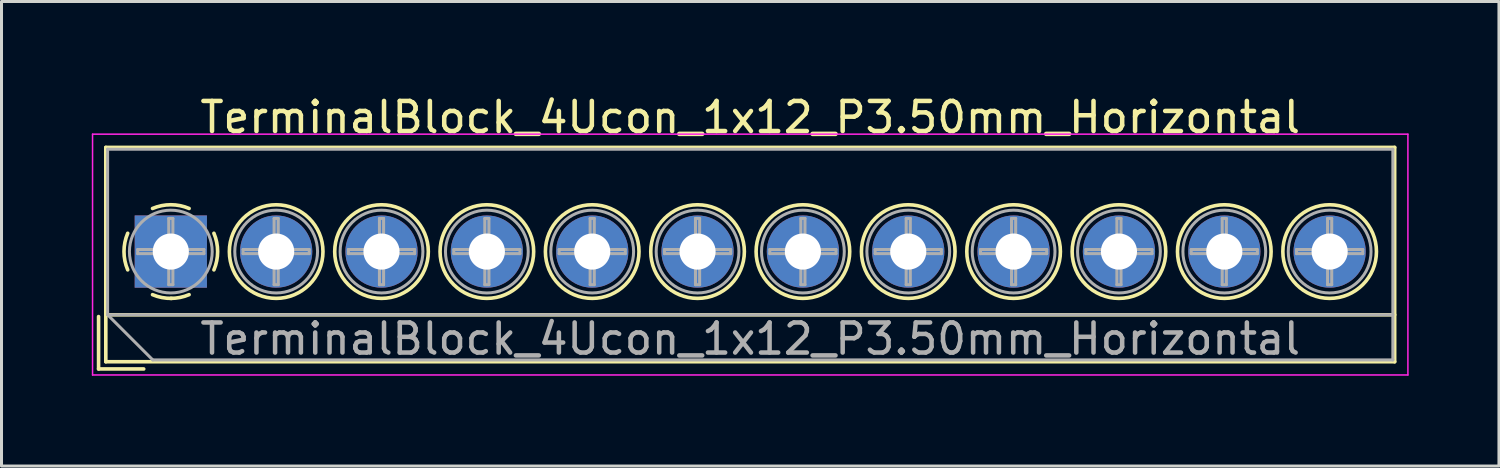
<source format=kicad_pcb>
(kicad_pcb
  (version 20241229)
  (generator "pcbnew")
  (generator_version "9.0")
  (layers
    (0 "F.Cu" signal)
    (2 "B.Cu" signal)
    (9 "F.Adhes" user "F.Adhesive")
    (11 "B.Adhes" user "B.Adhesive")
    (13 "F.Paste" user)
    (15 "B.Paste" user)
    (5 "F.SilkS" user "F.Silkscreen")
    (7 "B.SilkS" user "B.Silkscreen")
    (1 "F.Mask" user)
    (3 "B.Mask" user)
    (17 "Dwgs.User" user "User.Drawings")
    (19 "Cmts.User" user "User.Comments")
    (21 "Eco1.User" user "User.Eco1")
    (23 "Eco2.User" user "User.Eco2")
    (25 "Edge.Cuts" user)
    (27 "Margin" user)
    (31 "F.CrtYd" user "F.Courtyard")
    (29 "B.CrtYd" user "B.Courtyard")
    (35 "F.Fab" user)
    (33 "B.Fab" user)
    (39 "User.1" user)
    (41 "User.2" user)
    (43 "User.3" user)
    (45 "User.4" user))
  (footprint "TerminalBlock_4Ucon_1x12_P3.50mm_Horizontal"
    (layer "F.Cu")
    (at 2.625 5.308)
    (property "Reference" "TerminalBlock_4Ucon_1x12_P3.50mm_Horizontal" (at 19.25 -4.46 0) (layer "F.SilkS") (effects (font (size 1 1) (thickness 0.15))))
    (attr through_hole)
    (fp_line (start -2.4 2.16) (end -2.4 3.9) (stroke (width 0.12) (type solid)) (layer "F.SilkS"))
    (fp_line (start -2.4 3.9) (end -0.9 3.9) (stroke (width 0.12) (type solid)) (layer "F.SilkS"))
    (fp_line (start -2.16 -3.46) (end -2.16 3.66) (stroke (width 0.12) (type solid)) (layer "F.SilkS"))
    (fp_line (start -2.16 -3.46) (end 40.66 -3.46) (stroke (width 0.12) (type solid)) (layer "F.SilkS"))
    (fp_line (start -2.16 2.1) (end 40.66 2.1) (stroke (width 0.12) (type solid)) (layer "F.SilkS"))
    (fp_line (start -2.16 3.66) (end 40.66 3.66) (stroke (width 0.12) (type solid)) (layer "F.SilkS"))
    (fp_line (start 40.66 -3.46) (end 40.66 3.66) (stroke (width 0.12) (type solid)) (layer "F.SilkS"))
    (fp_arc (start -1.432109 0.607742) (mid -1.555727 -0.00014) (end -1.432 -0.608) (stroke (width 0.12) (type solid)) (layer "F.SilkS"))
    (fp_arc (start -0.607742 -1.432109) (mid 0.00014 -1.555727) (end 0.608 -1.432) (stroke (width 0.12) (type solid)) (layer "F.SilkS"))
    (fp_arc (start 0.027011 1.555493) (mid -0.296984 1.527118) (end -0.608 1.432) (stroke (width 0.12) (type solid)) (layer "F.SilkS"))
    (fp_arc (start 0.607587 1.431385) (mid 0.310017 1.523783) (end 0 1.555) (stroke (width 0.12) (type solid)) (layer "F.SilkS"))
    (fp_arc (start 1.432109 -0.607742) (mid 1.555727 0.00014) (end 1.432 0.608) (stroke (width 0.12) (type solid)) (layer "F.SilkS"))
    (fp_circle (center 3.5 0) (end 5.055 0) (stroke (width 0.12) (type solid)) (fill no) (layer "F.SilkS"))
    (fp_circle (center 7 0) (end 8.555 0) (stroke (width 0.12) (type solid)) (fill no) (layer "F.SilkS"))
    (fp_circle (center 10.5 0) (end 12.055 0) (stroke (width 0.12) (type solid)) (fill no) (layer "F.SilkS"))
    (fp_circle (center 14 0) (end 15.555 0) (stroke (width 0.12) (type solid)) (fill no) (layer "F.SilkS"))
    (fp_circle (center 17.5 0) (end 19.055 0) (stroke (width 0.12) (type solid)) (fill no) (layer "F.SilkS"))
    (fp_circle (center 21 0) (end 22.555 0) (stroke (width 0.12) (type solid)) (fill no) (layer "F.SilkS"))
    (fp_circle (center 24.5 0) (end 26.055 0) (stroke (width 0.12) (type solid)) (fill no) (layer "F.SilkS"))
    (fp_circle (center 28 0) (end 29.555 0) (stroke (width 0.12) (type solid)) (fill no) (layer "F.SilkS"))
    (fp_circle (center 31.5 0) (end 33.055 0) (stroke (width 0.12) (type solid)) (fill no) (layer "F.SilkS"))
    (fp_circle (center 35 0) (end 36.555 0) (stroke (width 0.12) (type solid)) (fill no) (layer "F.SilkS"))
    (fp_circle (center 38.5 0) (end 40.055 0) (stroke (width 0.12) (type solid)) (fill no) (layer "F.SilkS"))
    (fp_line (start -2.6 -3.9) (end -2.6 4.1) (stroke (width 0.05) (type solid)) (layer "F.CrtYd"))
    (fp_line (start -2.6 4.1) (end 41.1 4.1) (stroke (width 0.05) (type solid)) (layer "F.CrtYd"))
    (fp_line (start 41.1 -3.9) (end -2.6 -3.9) (stroke (width 0.05) (type solid)) (layer "F.CrtYd"))
    (fp_line (start 41.1 4.1) (end 41.1 -3.9) (stroke (width 0.05) (type solid)) (layer "F.CrtYd"))
    (fp_line (start -2.1 -3.4) (end 40.6 -3.4) (stroke (width 0.1) (type solid)) (layer "F.Fab"))
    (fp_line (start -2.1 2.1) (end -2.1 -3.4) (stroke (width 0.1) (type solid)) (layer "F.Fab"))
    (fp_line (start -2.1 2.1) (end 40.6 2.1) (stroke (width 0.1) (type solid)) (layer "F.Fab"))
    (fp_line (start -1.1 -0.069) (end -0.069 -0.069) (stroke (width 0.1) (type solid)) (layer "F.Fab"))
    (fp_line (start -1.1 0.069) (end -1.1 -0.069) (stroke (width 0.1) (type solid)) (layer "F.Fab"))
    (fp_line (start -0.6 3.6) (end -2.1 2.1) (stroke (width 0.1) (type solid)) (layer "F.Fab"))
    (fp_line (start -0.069 -1.1) (end 0.069 -1.1) (stroke (width 0.1) (type solid)) (layer "F.Fab"))
    (fp_line (start -0.069 -0.069) (end -0.069 -1.1) (stroke (width 0.1) (type solid)) (layer "F.Fab"))
    (fp_line (start -0.069 0.069) (end -1.1 0.069) (stroke (width 0.1) (type solid)) (layer "F.Fab"))
    (fp_line (start -0.069 1.1) (end -0.069 0.069) (stroke (width 0.1) (type solid)) (layer "F.Fab"))
    (fp_line (start 0.069 -1.1) (end 0.069 -0.069) (stroke (width 0.1) (type solid)) (layer "F.Fab"))
    (fp_line (start 0.069 -0.069) (end 1.1 -0.069) (stroke (width 0.1) (type solid)) (layer "F.Fab"))
    (fp_line (start 0.069 0.069) (end 0.069 1.1) (stroke (width 0.1) (type solid)) (layer "F.Fab"))
    (fp_line (start 0.069 1.1) (end -0.069 1.1) (stroke (width 0.1) (type solid)) (layer "F.Fab"))
    (fp_line (start 1.1 -0.069) (end 1.1 0.069) (stroke (width 0.1) (type solid)) (layer "F.Fab"))
    (fp_line (start 1.1 0.069) (end 0.069 0.069) (stroke (width 0.1) (type solid)) (layer "F.Fab"))
    (fp_line (start 2.4 -0.069) (end 3.431 -0.069) (stroke (width 0.1) (type solid)) (layer "F.Fab"))
    (fp_line (start 2.4 0.069) (end 2.4 -0.069) (stroke (width 0.1) (type solid)) (layer "F.Fab"))
    (fp_line (start 3.431 -1.1) (end 3.569 -1.1) (stroke (width 0.1) (type solid)) (layer "F.Fab"))
    (fp_line (start 3.431 -0.069) (end 3.431 -1.1) (stroke (width 0.1) (type solid)) (layer "F.Fab"))
    (fp_line (start 3.431 0.069) (end 2.4 0.069) (stroke (width 0.1) (type solid)) (layer "F.Fab"))
    (fp_line (start 3.431 1.1) (end 3.431 0.069) (stroke (width 0.1) (type solid)) (layer "F.Fab"))
    (fp_line (start 3.569 -1.1) (end 3.569 -0.069) (stroke (width 0.1) (type solid)) (layer "F.Fab"))
    (fp_line (start 3.569 -0.069) (end 4.6 -0.069) (stroke (width 0.1) (type solid)) (layer "F.Fab"))
    (fp_line (start 3.569 0.069) (end 3.569 1.1) (stroke (width 0.1) (type solid)) (layer "F.Fab"))
    (fp_line (start 3.569 1.1) (end 3.431 1.1) (stroke (width 0.1) (type solid)) (layer "F.Fab"))
    (fp_line (start 4.6 -0.069) (end 4.6 0.069) (stroke (width 0.1) (type solid)) (layer "F.Fab"))
    (fp_line (start 4.6 0.069) (end 3.569 0.069) (stroke (width 0.1) (type solid)) (layer "F.Fab"))
    (fp_line (start 5.9 -0.069) (end 6.931 -0.069) (stroke (width 0.1) (type solid)) (layer "F.Fab"))
    (fp_line (start 5.9 0.069) (end 5.9 -0.069) (stroke (width 0.1) (type solid)) (layer "F.Fab"))
    (fp_line (start 6.931 -1.1) (end 7.069 -1.1) (stroke (width 0.1) (type solid)) (layer "F.Fab"))
    (fp_line (start 6.931 -0.069) (end 6.931 -1.1) (stroke (width 0.1) (type solid)) (layer "F.Fab"))
    (fp_line (start 6.931 0.069) (end 5.9 0.069) (stroke (width 0.1) (type solid)) (layer "F.Fab"))
    (fp_line (start 6.931 1.1) (end 6.931 0.069) (stroke (width 0.1) (type solid)) (layer "F.Fab"))
    (fp_line (start 7.069 -1.1) (end 7.069 -0.069) (stroke (width 0.1) (type solid)) (layer "F.Fab"))
    (fp_line (start 7.069 -0.069) (end 8.1 -0.069) (stroke (width 0.1) (type solid)) (layer "F.Fab"))
    (fp_line (start 7.069 0.069) (end 7.069 1.1) (stroke (width 0.1) (type solid)) (layer "F.Fab"))
    (fp_line (start 7.069 1.1) (end 6.931 1.1) (stroke (width 0.1) (type solid)) (layer "F.Fab"))
    (fp_line (start 8.1 -0.069) (end 8.1 0.069) (stroke (width 0.1) (type solid)) (layer "F.Fab"))
    (fp_line (start 8.1 0.069) (end 7.069 0.069) (stroke (width 0.1) (type solid)) (layer "F.Fab"))
    (fp_line (start 9.4 -0.069) (end 10.431 -0.069) (stroke (width 0.1) (type solid)) (layer "F.Fab"))
    (fp_line (start 9.4 0.069) (end 9.4 -0.069) (stroke (width 0.1) (type solid)) (layer "F.Fab"))
    (fp_line (start 10.431 -1.1) (end 10.569 -1.1) (stroke (width 0.1) (type solid)) (layer "F.Fab"))
    (fp_line (start 10.431 -0.069) (end 10.431 -1.1) (stroke (width 0.1) (type solid)) (layer "F.Fab"))
    (fp_line (start 10.431 0.069) (end 9.4 0.069) (stroke (width 0.1) (type solid)) (layer "F.Fab"))
    (fp_line (start 10.431 1.1) (end 10.431 0.069) (stroke (width 0.1) (type solid)) (layer "F.Fab"))
    (fp_line (start 10.569 -1.1) (end 10.569 -0.069) (stroke (width 0.1) (type solid)) (layer "F.Fab"))
    (fp_line (start 10.569 -0.069) (end 11.6 -0.069) (stroke (width 0.1) (type solid)) (layer "F.Fab"))
    (fp_line (start 10.569 0.069) (end 10.569 1.1) (stroke (width 0.1) (type solid)) (layer "F.Fab"))
    (fp_line (start 10.569 1.1) (end 10.431 1.1) (stroke (width 0.1) (type solid)) (layer "F.Fab"))
    (fp_line (start 11.6 -0.069) (end 11.6 0.069) (stroke (width 0.1) (type solid)) (layer "F.Fab"))
    (fp_line (start 11.6 0.069) (end 10.569 0.069) (stroke (width 0.1) (type solid)) (layer "F.Fab"))
    (fp_line (start 12.9 -0.069) (end 13.931 -0.069) (stroke (width 0.1) (type solid)) (layer "F.Fab"))
    (fp_line (start 12.9 0.069) (end 12.9 -0.069) (stroke (width 0.1) (type solid)) (layer "F.Fab"))
    (fp_line (start 13.931 -1.1) (end 14.069 -1.1) (stroke (width 0.1) (type solid)) (layer "F.Fab"))
    (fp_line (start 13.931 -0.069) (end 13.931 -1.1) (stroke (width 0.1) (type solid)) (layer "F.Fab"))
    (fp_line (start 13.931 0.069) (end 12.9 0.069) (stroke (width 0.1) (type solid)) (layer "F.Fab"))
    (fp_line (start 13.931 1.1) (end 13.931 0.069) (stroke (width 0.1) (type solid)) (layer "F.Fab"))
    (fp_line (start 14.069 -1.1) (end 14.069 -0.069) (stroke (width 0.1) (type solid)) (layer "F.Fab"))
    (fp_line (start 14.069 -0.069) (end 15.1 -0.069) (stroke (width 0.1) (type solid)) (layer "F.Fab"))
    (fp_line (start 14.069 0.069) (end 14.069 1.1) (stroke (width 0.1) (type solid)) (layer "F.Fab"))
    (fp_line (start 14.069 1.1) (end 13.931 1.1) (stroke (width 0.1) (type solid)) (layer "F.Fab"))
    (fp_line (start 15.1 -0.069) (end 15.1 0.069) (stroke (width 0.1) (type solid)) (layer "F.Fab"))
    (fp_line (start 15.1 0.069) (end 14.069 0.069) (stroke (width 0.1) (type solid)) (layer "F.Fab"))
    (fp_line (start 16.4 -0.069) (end 17.431 -0.069) (stroke (width 0.1) (type solid)) (layer "F.Fab"))
    (fp_line (start 16.4 0.069) (end 16.4 -0.069) (stroke (width 0.1) (type solid)) (layer "F.Fab"))
    (fp_line (start 17.431 -1.1) (end 17.569 -1.1) (stroke (width 0.1) (type solid)) (layer "F.Fab"))
    (fp_line (start 17.431 -0.069) (end 17.431 -1.1) (stroke (width 0.1) (type solid)) (layer "F.Fab"))
    (fp_line (start 17.431 0.069) (end 16.4 0.069) (stroke (width 0.1) (type solid)) (layer "F.Fab"))
    (fp_line (start 17.431 1.1) (end 17.431 0.069) (stroke (width 0.1) (type solid)) (layer "F.Fab"))
    (fp_line (start 17.569 -1.1) (end 17.569 -0.069) (stroke (width 0.1) (type solid)) (layer "F.Fab"))
    (fp_line (start 17.569 -0.069) (end 18.6 -0.069) (stroke (width 0.1) (type solid)) (layer "F.Fab"))
    (fp_line (start 17.569 0.069) (end 17.569 1.1) (stroke (width 0.1) (type solid)) (layer "F.Fab"))
    (fp_line (start 17.569 1.1) (end 17.431 1.1) (stroke (width 0.1) (type solid)) (layer "F.Fab"))
    (fp_line (start 18.6 -0.069) (end 18.6 0.069) (stroke (width 0.1) (type solid)) (layer "F.Fab"))
    (fp_line (start 18.6 0.069) (end 17.569 0.069) (stroke (width 0.1) (type solid)) (layer "F.Fab"))
    (fp_line (start 19.9 -0.069) (end 20.931 -0.069) (stroke (width 0.1) (type solid)) (layer "F.Fab"))
    (fp_line (start 19.9 0.069) (end 19.9 -0.069) (stroke (width 0.1) (type solid)) (layer "F.Fab"))
    (fp_line (start 20.931 -1.1) (end 21.069 -1.1) (stroke (width 0.1) (type solid)) (layer "F.Fab"))
    (fp_line (start 20.931 -0.069) (end 20.931 -1.1) (stroke (width 0.1) (type solid)) (layer "F.Fab"))
    (fp_line (start 20.931 0.069) (end 19.9 0.069) (stroke (width 0.1) (type solid)) (layer "F.Fab"))
    (fp_line (start 20.931 1.1) (end 20.931 0.069) (stroke (width 0.1) (type solid)) (layer "F.Fab"))
    (fp_line (start 21.069 -1.1) (end 21.069 -0.069) (stroke (width 0.1) (type solid)) (layer "F.Fab"))
    (fp_line (start 21.069 -0.069) (end 22.1 -0.069) (stroke (width 0.1) (type solid)) (layer "F.Fab"))
    (fp_line (start 21.069 0.069) (end 21.069 1.1) (stroke (width 0.1) (type solid)) (layer "F.Fab"))
    (fp_line (start 21.069 1.1) (end 20.931 1.1) (stroke (width 0.1) (type solid)) (layer "F.Fab"))
    (fp_line (start 22.1 -0.069) (end 22.1 0.069) (stroke (width 0.1) (type solid)) (layer "F.Fab"))
    (fp_line (start 22.1 0.069) (end 21.069 0.069) (stroke (width 0.1) (type solid)) (layer "F.Fab"))
    (fp_line (start 23.4 -0.069) (end 24.431 -0.069) (stroke (width 0.1) (type solid)) (layer "F.Fab"))
    (fp_line (start 23.4 0.069) (end 23.4 -0.069) (stroke (width 0.1) (type solid)) (layer "F.Fab"))
    (fp_line (start 24.431 -1.1) (end 24.569 -1.1) (stroke (width 0.1) (type solid)) (layer "F.Fab"))
    (fp_line (start 24.431 -0.069) (end 24.431 -1.1) (stroke (width 0.1) (type solid)) (layer "F.Fab"))
    (fp_line (start 24.431 0.069) (end 23.4 0.069) (stroke (width 0.1) (type solid)) (layer "F.Fab"))
    (fp_line (start 24.431 1.1) (end 24.431 0.069) (stroke (width 0.1) (type solid)) (layer "F.Fab"))
    (fp_line (start 24.569 -1.1) (end 24.569 -0.069) (stroke (width 0.1) (type solid)) (layer "F.Fab"))
    (fp_line (start 24.569 -0.069) (end 25.6 -0.069) (stroke (width 0.1) (type solid)) (layer "F.Fab"))
    (fp_line (start 24.569 0.069) (end 24.569 1.1) (stroke (width 0.1) (type solid)) (layer "F.Fab"))
    (fp_line (start 24.569 1.1) (end 24.431 1.1) (stroke (width 0.1) (type solid)) (layer "F.Fab"))
    (fp_line (start 25.6 -0.069) (end 25.6 0.069) (stroke (width 0.1) (type solid)) (layer "F.Fab"))
    (fp_line (start 25.6 0.069) (end 24.569 0.069) (stroke (width 0.1) (type solid)) (layer "F.Fab"))
    (fp_line (start 26.9 -0.069) (end 27.931 -0.069) (stroke (width 0.1) (type solid)) (layer "F.Fab"))
    (fp_line (start 26.9 0.069) (end 26.9 -0.069) (stroke (width 0.1) (type solid)) (layer "F.Fab"))
    (fp_line (start 27.931 -1.1) (end 28.069 -1.1) (stroke (width 0.1) (type solid)) (layer "F.Fab"))
    (fp_line (start 27.931 -0.069) (end 27.931 -1.1) (stroke (width 0.1) (type solid)) (layer "F.Fab"))
    (fp_line (start 27.931 0.069) (end 26.9 0.069) (stroke (width 0.1) (type solid)) (layer "F.Fab"))
    (fp_line (start 27.931 1.1) (end 27.931 0.069) (stroke (width 0.1) (type solid)) (layer "F.Fab"))
    (fp_line (start 28.069 -1.1) (end 28.069 -0.069) (stroke (width 0.1) (type solid)) (layer "F.Fab"))
    (fp_line (start 28.069 -0.069) (end 29.1 -0.069) (stroke (width 0.1) (type solid)) (layer "F.Fab"))
    (fp_line (start 28.069 0.069) (end 28.069 1.1) (stroke (width 0.1) (type solid)) (layer "F.Fab"))
    (fp_line (start 28.069 1.1) (end 27.931 1.1) (stroke (width 0.1) (type solid)) (layer "F.Fab"))
    (fp_line (start 29.1 -0.069) (end 29.1 0.069) (stroke (width 0.1) (type solid)) (layer "F.Fab"))
    (fp_line (start 29.1 0.069) (end 28.069 0.069) (stroke (width 0.1) (type solid)) (layer "F.Fab"))
    (fp_line (start 30.4 -0.069) (end 31.431 -0.069) (stroke (width 0.1) (type solid)) (layer "F.Fab"))
    (fp_line (start 30.4 0.069) (end 30.4 -0.069) (stroke (width 0.1) (type solid)) (layer "F.Fab"))
    (fp_line (start 31.431 -1.1) (end 31.569 -1.1) (stroke (width 0.1) (type solid)) (layer "F.Fab"))
    (fp_line (start 31.431 -0.069) (end 31.431 -1.1) (stroke (width 0.1) (type solid)) (layer "F.Fab"))
    (fp_line (start 31.431 0.069) (end 30.4 0.069) (stroke (width 0.1) (type solid)) (layer "F.Fab"))
    (fp_line (start 31.431 1.1) (end 31.431 0.069) (stroke (width 0.1) (type solid)) (layer "F.Fab"))
    (fp_line (start 31.569 -1.1) (end 31.569 -0.069) (stroke (width 0.1) (type solid)) (layer "F.Fab"))
    (fp_line (start 31.569 -0.069) (end 32.6 -0.069) (stroke (width 0.1) (type solid)) (layer "F.Fab"))
    (fp_line (start 31.569 0.069) (end 31.569 1.1) (stroke (width 0.1) (type solid)) (layer "F.Fab"))
    (fp_line (start 31.569 1.1) (end 31.431 1.1) (stroke (width 0.1) (type solid)) (layer "F.Fab"))
    (fp_line (start 32.6 -0.069) (end 32.6 0.069) (stroke (width 0.1) (type solid)) (layer "F.Fab"))
    (fp_line (start 32.6 0.069) (end 31.569 0.069) (stroke (width 0.1) (type solid)) (layer "F.Fab"))
    (fp_line (start 33.9 -0.069) (end 34.931 -0.069) (stroke (width 0.1) (type solid)) (layer "F.Fab"))
    (fp_line (start 33.9 0.069) (end 33.9 -0.069) (stroke (width 0.1) (type solid)) (layer "F.Fab"))
    (fp_line (start 34.931 -1.1) (end 35.069 -1.1) (stroke (width 0.1) (type solid)) (layer "F.Fab"))
    (fp_line (start 34.931 -0.069) (end 34.931 -1.1) (stroke (width 0.1) (type solid)) (layer "F.Fab"))
    (fp_line (start 34.931 0.069) (end 33.9 0.069) (stroke (width 0.1) (type solid)) (layer "F.Fab"))
    (fp_line (start 34.931 1.1) (end 34.931 0.069) (stroke (width 0.1) (type solid)) (layer "F.Fab"))
    (fp_line (start 35.069 -1.1) (end 35.069 -0.069) (stroke (width 0.1) (type solid)) (layer "F.Fab"))
    (fp_line (start 35.069 -0.069) (end 36.1 -0.069) (stroke (width 0.1) (type solid)) (layer "F.Fab"))
    (fp_line (start 35.069 0.069) (end 35.069 1.1) (stroke (width 0.1) (type solid)) (layer "F.Fab"))
    (fp_line (start 35.069 1.1) (end 34.931 1.1) (stroke (width 0.1) (type solid)) (layer "F.Fab"))
    (fp_line (start 36.1 -0.069) (end 36.1 0.069) (stroke (width 0.1) (type solid)) (layer "F.Fab"))
    (fp_line (start 36.1 0.069) (end 35.069 0.069) (stroke (width 0.1) (type solid)) (layer "F.Fab"))
    (fp_line (start 37.4 -0.069) (end 38.431 -0.069) (stroke (width 0.1) (type solid)) (layer "F.Fab"))
    (fp_line (start 37.4 0.069) (end 37.4 -0.069) (stroke (width 0.1) (type solid)) (layer "F.Fab"))
    (fp_line (start 38.431 -1.1) (end 38.569 -1.1) (stroke (width 0.1) (type solid)) (layer "F.Fab"))
    (fp_line (start 38.431 -0.069) (end 38.431 -1.1) (stroke (width 0.1) (type solid)) (layer "F.Fab"))
    (fp_line (start 38.431 0.069) (end 37.4 0.069) (stroke (width 0.1) (type solid)) (layer "F.Fab"))
    (fp_line (start 38.431 1.1) (end 38.431 0.069) (stroke (width 0.1) (type solid)) (layer "F.Fab"))
    (fp_line (start 38.569 -1.1) (end 38.569 -0.069) (stroke (width 0.1) (type solid)) (layer "F.Fab"))
    (fp_line (start 38.569 -0.069) (end 39.6 -0.069) (stroke (width 0.1) (type solid)) (layer "F.Fab"))
    (fp_line (start 38.569 0.069) (end 38.569 1.1) (stroke (width 0.1) (type solid)) (layer "F.Fab"))
    (fp_line (start 38.569 1.1) (end 38.431 1.1) (stroke (width 0.1) (type solid)) (layer "F.Fab"))
    (fp_line (start 39.6 -0.069) (end 39.6 0.069) (stroke (width 0.1) (type solid)) (layer "F.Fab"))
    (fp_line (start 39.6 0.069) (end 38.569 0.069) (stroke (width 0.1) (type solid)) (layer "F.Fab"))
    (fp_line (start 40.6 -3.4) (end 40.6 3.6) (stroke (width 0.1) (type solid)) (layer "F.Fab"))
    (fp_line (start 40.6 3.6) (end -0.6 3.6) (stroke (width 0.1) (type solid)) (layer "F.Fab"))
    (fp_circle (center 0 0) (end 1.375 0) (stroke (width 0.1) (type solid)) (fill no) (layer "F.Fab"))
    (fp_circle (center 3.5 0) (end 4.875 0) (stroke (width 0.1) (type solid)) (fill no) (layer "F.Fab"))
    (fp_circle (center 7 0) (end 8.375 0) (stroke (width 0.1) (type solid)) (fill no) (layer "F.Fab"))
    (fp_circle (center 10.5 0) (end 11.875 0) (stroke (width 0.1) (type solid)) (fill no) (layer "F.Fab"))
    (fp_circle (center 14 0) (end 15.375 0) (stroke (width 0.1) (type solid)) (fill no) (layer "F.Fab"))
    (fp_circle (center 17.5 0) (end 18.875 0) (stroke (width 0.1) (type solid)) (fill no) (layer "F.Fab"))
    (fp_circle (center 21 0) (end 22.375 0) (stroke (width 0.1) (type solid)) (fill no) (layer "F.Fab"))
    (fp_circle (center 24.5 0) (end 25.875 0) (stroke (width 0.1) (type solid)) (fill no) (layer "F.Fab"))
    (fp_circle (center 28 0) (end 29.375 0) (stroke (width 0.1) (type solid)) (fill no) (layer "F.Fab"))
    (fp_circle (center 31.5 0) (end 32.875 0) (stroke (width 0.1) (type solid)) (fill no) (layer "F.Fab"))
    (fp_circle (center 35 0) (end 36.375 0) (stroke (width 0.1) (type solid)) (fill no) (layer "F.Fab"))
    (fp_circle (center 38.5 0) (end 39.875 0) (stroke (width 0.1) (type solid)) (fill no) (layer "F.Fab"))
    (fp_text user "${REFERENCE}" (at 19.25 2.9 0) (layer "F.Fab") (effects (font (size 1 1) (thickness 0.15))))
    (pad "1" thru_hole rect (at 0 0) (size 2.4 2.4) (drill 1.2) (layers "*.Cu" "*.Mask"))
    (pad "2" thru_hole circle (at 3.5 0) (size 2.4 2.4) (drill 1.2) (layers "*.Cu" "*.Mask"))
    (pad "3" thru_hole circle (at 7 0) (size 2.4 2.4) (drill 1.2) (layers "*.Cu" "*.Mask"))
    (pad "4" thru_hole circle (at 10.5 0) (size 2.4 2.4) (drill 1.2) (layers "*.Cu" "*.Mask"))
    (pad "5" thru_hole circle (at 14 0) (size 2.4 2.4) (drill 1.2) (layers "*.Cu" "*.Mask"))
    (pad "6" thru_hole circle (at 17.5 0) (size 2.4 2.4) (drill 1.2) (layers "*.Cu" "*.Mask"))
    (pad "7" thru_hole circle (at 21 0) (size 2.4 2.4) (drill 1.2) (layers "*.Cu" "*.Mask"))
    (pad "8" thru_hole circle (at 24.5 0) (size 2.4 2.4) (drill 1.2) (layers "*.Cu" "*.Mask"))
    (pad "9" thru_hole circle (at 28 0) (size 2.4 2.4) (drill 1.2) (layers "*.Cu" "*.Mask"))
    (pad "10" thru_hole circle (at 31.5 0) (size 2.4 2.4) (drill 1.2) (layers "*.Cu" "*.Mask"))
    (pad "11" thru_hole circle (at 35 0) (size 2.4 2.4) (drill 1.2) (layers "*.Cu" "*.Mask"))
    (pad "12" thru_hole circle (at 38.5 0) (size 2.4 2.4) (drill 1.2) (layers "*.Cu" "*.Mask")))
  (gr_rect
    (start -3 -3)
    (end 46.75 12.433)
    (stroke (width 0.1) (type default))
    (fill no)
    (layer "Edge.Cuts")))
</source>
